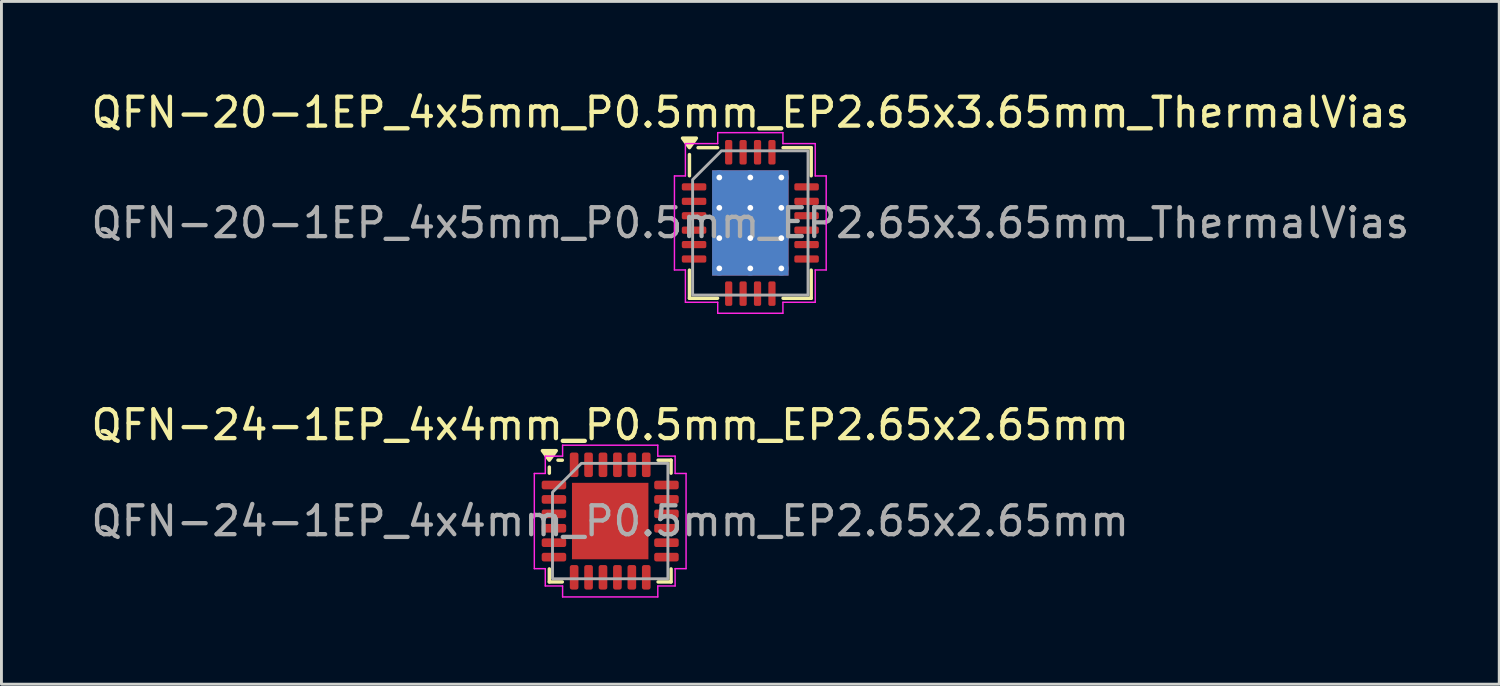
<source format=kicad_pcb>
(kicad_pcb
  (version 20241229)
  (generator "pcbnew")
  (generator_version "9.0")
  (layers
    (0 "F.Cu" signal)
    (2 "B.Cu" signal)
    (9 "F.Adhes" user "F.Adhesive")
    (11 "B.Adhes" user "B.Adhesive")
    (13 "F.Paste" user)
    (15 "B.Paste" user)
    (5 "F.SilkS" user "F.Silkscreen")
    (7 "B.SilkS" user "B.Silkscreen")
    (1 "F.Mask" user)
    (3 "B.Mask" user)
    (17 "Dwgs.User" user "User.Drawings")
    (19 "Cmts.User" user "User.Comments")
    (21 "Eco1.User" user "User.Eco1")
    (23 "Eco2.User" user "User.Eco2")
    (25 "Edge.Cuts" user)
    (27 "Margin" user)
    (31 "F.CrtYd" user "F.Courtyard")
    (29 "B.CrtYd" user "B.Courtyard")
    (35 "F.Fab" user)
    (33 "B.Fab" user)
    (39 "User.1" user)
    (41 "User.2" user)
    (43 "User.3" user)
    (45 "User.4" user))
  (footprint "QFN-24-1EP_4x4mm_P0.5mm_EP2.65x2.65mm"
    (layer "F.Cu")
    (at 18.101 15.011)
    (property "Reference" "QFN-24-1EP_4x4mm_P0.5mm_EP2.65x2.65mm" (at 0 -3.33 0) (layer "F.SilkS") (effects (font (size 1 1) (thickness 0.15))))
    (attr smd)
    (fp_line (start -2.11 -1.66) (end -2.11 -1.87) (stroke (width 0.12) (type solid)) (layer "F.SilkS"))
    (fp_line (start -2.11 2.11) (end -2.11 1.66) (stroke (width 0.12) (type solid)) (layer "F.SilkS"))
    (fp_line (start -1.66 -2.11) (end -1.81 -2.11) (stroke (width 0.12) (type solid)) (layer "F.SilkS"))
    (fp_line (start -1.66 2.11) (end -2.11 2.11) (stroke (width 0.12) (type solid)) (layer "F.SilkS"))
    (fp_line (start 1.66 -2.11) (end 2.11 -2.11) (stroke (width 0.12) (type solid)) (layer "F.SilkS"))
    (fp_line (start 1.66 2.11) (end 2.11 2.11) (stroke (width 0.12) (type solid)) (layer "F.SilkS"))
    (fp_line (start 2.11 -2.11) (end 2.11 -1.66) (stroke (width 0.12) (type solid)) (layer "F.SilkS"))
    (fp_line (start 2.11 2.11) (end 2.11 1.66) (stroke (width 0.12) (type solid)) (layer "F.SilkS"))
    (fp_poly (pts (xy -2.11 -2.11) (xy -2.35 -2.44) (xy -1.87 -2.44)) (stroke (width 0.12) (type solid)) (fill yes) (layer "F.SilkS"))
    (fp_line (start -2.63 -1.65) (end -2.25 -1.65) (stroke (width 0.05) (type solid)) (layer "F.CrtYd"))
    (fp_line (start -2.63 1.65) (end -2.63 -1.65) (stroke (width 0.05) (type solid)) (layer "F.CrtYd"))
    (fp_line (start -2.25 -2.25) (end -1.65 -2.25) (stroke (width 0.05) (type solid)) (layer "F.CrtYd"))
    (fp_line (start -2.25 -1.65) (end -2.25 -2.25) (stroke (width 0.05) (type solid)) (layer "F.CrtYd"))
    (fp_line (start -2.25 1.65) (end -2.63 1.65) (stroke (width 0.05) (type solid)) (layer "F.CrtYd"))
    (fp_line (start -2.25 2.25) (end -2.25 1.65) (stroke (width 0.05) (type solid)) (layer "F.CrtYd"))
    (fp_line (start -1.65 -2.63) (end 1.65 -2.63) (stroke (width 0.05) (type solid)) (layer "F.CrtYd"))
    (fp_line (start -1.65 -2.25) (end -1.65 -2.63) (stroke (width 0.05) (type solid)) (layer "F.CrtYd"))
    (fp_line (start -1.65 2.25) (end -2.25 2.25) (stroke (width 0.05) (type solid)) (layer "F.CrtYd"))
    (fp_line (start -1.65 2.63) (end -1.65 2.25) (stroke (width 0.05) (type solid)) (layer "F.CrtYd"))
    (fp_line (start 1.65 -2.63) (end 1.65 -2.25) (stroke (width 0.05) (type solid)) (layer "F.CrtYd"))
    (fp_line (start 1.65 -2.25) (end 2.25 -2.25) (stroke (width 0.05) (type solid)) (layer "F.CrtYd"))
    (fp_line (start 1.65 2.25) (end 1.65 2.63) (stroke (width 0.05) (type solid)) (layer "F.CrtYd"))
    (fp_line (start 1.65 2.63) (end -1.65 2.63) (stroke (width 0.05) (type solid)) (layer "F.CrtYd"))
    (fp_line (start 2.25 -2.25) (end 2.25 -1.65) (stroke (width 0.05) (type solid)) (layer "F.CrtYd"))
    (fp_line (start 2.25 -1.65) (end 2.63 -1.65) (stroke (width 0.05) (type solid)) (layer "F.CrtYd"))
    (fp_line (start 2.25 1.65) (end 2.25 2.25) (stroke (width 0.05) (type solid)) (layer "F.CrtYd"))
    (fp_line (start 2.25 2.25) (end 1.65 2.25) (stroke (width 0.05) (type solid)) (layer "F.CrtYd"))
    (fp_line (start 2.63 -1.65) (end 2.63 1.65) (stroke (width 0.05) (type solid)) (layer "F.CrtYd"))
    (fp_line (start 2.63 1.65) (end 2.25 1.65) (stroke (width 0.05) (type solid)) (layer "F.CrtYd"))
    (fp_poly (pts (xy -2 -1) (xy -2 2) (xy 2 2) (xy 2 -2) (xy -1 -2)) (stroke (width 0.1) (type solid)) (fill no) (layer "F.Fab"))
    (fp_text user "${REFERENCE}" (at 0 0 0) (layer "F.Fab") (effects (font (size 1 1) (thickness 0.15))))
    (pad "" smd roundrect (at -0.66 -0.66) (size 1.07 1.07) (layers "F.Paste") (roundrect_rratio 0.234))
    (pad "" smd roundrect (at -0.66 0.66) (size 1.07 1.07) (layers "F.Paste") (roundrect_rratio 0.234))
    (pad "" smd roundrect (at 0.66 -0.66) (size 1.07 1.07) (layers "F.Paste") (roundrect_rratio 0.234))
    (pad "" smd roundrect (at 0.66 0.66) (size 1.07 1.07) (layers "F.Paste") (roundrect_rratio 0.234))
    (pad "1" smd roundrect (at -1.95 -1.25) (size 0.85 0.3) (layers "F.Cu" "F.Mask" "F.Paste") (roundrect_rratio 0.25))
    (pad "2" smd roundrect (at -1.95 -0.75) (size 0.85 0.3) (layers "F.Cu" "F.Mask" "F.Paste") (roundrect_rratio 0.25))
    (pad "3" smd roundrect (at -1.95 -0.25) (size 0.85 0.3) (layers "F.Cu" "F.Mask" "F.Paste") (roundrect_rratio 0.25))
    (pad "4" smd roundrect (at -1.95 0.25) (size 0.85 0.3) (layers "F.Cu" "F.Mask" "F.Paste") (roundrect_rratio 0.25))
    (pad "5" smd roundrect (at -1.95 0.75) (size 0.85 0.3) (layers "F.Cu" "F.Mask" "F.Paste") (roundrect_rratio 0.25))
    (pad "6" smd roundrect (at -1.95 1.25) (size 0.85 0.3) (layers "F.Cu" "F.Mask" "F.Paste") (roundrect_rratio 0.25))
    (pad "7" smd roundrect (at -1.25 1.95) (size 0.3 0.85) (layers "F.Cu" "F.Mask" "F.Paste") (roundrect_rratio 0.25))
    (pad "8" smd roundrect (at -0.75 1.95) (size 0.3 0.85) (layers "F.Cu" "F.Mask" "F.Paste") (roundrect_rratio 0.25))
    (pad "9" smd roundrect (at -0.25 1.95) (size 0.3 0.85) (layers "F.Cu" "F.Mask" "F.Paste") (roundrect_rratio 0.25))
    (pad "10" smd roundrect (at 0.25 1.95) (size 0.3 0.85) (layers "F.Cu" "F.Mask" "F.Paste") (roundrect_rratio 0.25))
    (pad "11" smd roundrect (at 0.75 1.95) (size 0.3 0.85) (layers "F.Cu" "F.Mask" "F.Paste") (roundrect_rratio 0.25))
    (pad "12" smd roundrect (at 1.25 1.95) (size 0.3 0.85) (layers "F.Cu" "F.Mask" "F.Paste") (roundrect_rratio 0.25))
    (pad "13" smd roundrect (at 1.95 1.25) (size 0.85 0.3) (layers "F.Cu" "F.Mask" "F.Paste") (roundrect_rratio 0.25))
    (pad "14" smd roundrect (at 1.95 0.75) (size 0.85 0.3) (layers "F.Cu" "F.Mask" "F.Paste") (roundrect_rratio 0.25))
    (pad "15" smd roundrect (at 1.95 0.25) (size 0.85 0.3) (layers "F.Cu" "F.Mask" "F.Paste") (roundrect_rratio 0.25))
    (pad "16" smd roundrect (at 1.95 -0.25) (size 0.85 0.3) (layers "F.Cu" "F.Mask" "F.Paste") (roundrect_rratio 0.25))
    (pad "17" smd roundrect (at 1.95 -0.75) (size 0.85 0.3) (layers "F.Cu" "F.Mask" "F.Paste") (roundrect_rratio 0.25))
    (pad "18" smd roundrect (at 1.95 -1.25) (size 0.85 0.3) (layers "F.Cu" "F.Mask" "F.Paste") (roundrect_rratio 0.25))
    (pad "19" smd roundrect (at 1.25 -1.95) (size 0.3 0.85) (layers "F.Cu" "F.Mask" "F.Paste") (roundrect_rratio 0.25))
    (pad "20" smd roundrect (at 0.75 -1.95) (size 0.3 0.85) (layers "F.Cu" "F.Mask" "F.Paste") (roundrect_rratio 0.25))
    (pad "21" smd roundrect (at 0.25 -1.95) (size 0.3 0.85) (layers "F.Cu" "F.Mask" "F.Paste") (roundrect_rratio 0.25))
    (pad "22" smd roundrect (at -0.25 -1.95) (size 0.3 0.85) (layers "F.Cu" "F.Mask" "F.Paste") (roundrect_rratio 0.25))
    (pad "23" smd roundrect (at -0.75 -1.95) (size 0.3 0.85) (layers "F.Cu" "F.Mask" "F.Paste") (roundrect_rratio 0.25))
    (pad "24" smd roundrect (at -1.25 -1.95) (size 0.3 0.85) (layers "F.Cu" "F.Mask" "F.Paste") (roundrect_rratio 0.25))
    (pad "25" smd rect (at 0 0) (size 2.65 2.65) (property pad_prop_heatsink) (layers "F.Cu" "F.Mask")))
  (footprint "QFN-20-1EP_4x5mm_P0.5mm_EP2.65x3.65mm_ThermalVias"
    (layer "F.Cu")
    (at 22.958 4.678)
    (property "Reference" "QFN-20-1EP_4x5mm_P0.5mm_EP2.65x3.65mm_ThermalVias" (at 0 -3.83 0) (layer "F.SilkS") (effects (font (size 1 1) (thickness 0.15))))
    (attr smd)
    (fp_line (start -2.11 -1.635) (end -2.11 -2.37) (stroke (width 0.12) (type solid)) (layer "F.SilkS"))
    (fp_line (start -2.11 2.61) (end -2.11 1.635) (stroke (width 0.12) (type solid)) (layer "F.SilkS"))
    (fp_line (start -1.135 -2.61) (end -1.81 -2.61) (stroke (width 0.12) (type solid)) (layer "F.SilkS"))
    (fp_line (start -1.135 2.61) (end -2.11 2.61) (stroke (width 0.12) (type solid)) (layer "F.SilkS"))
    (fp_line (start 1.135 -2.61) (end 2.11 -2.61) (stroke (width 0.12) (type solid)) (layer "F.SilkS"))
    (fp_line (start 1.135 2.61) (end 2.11 2.61) (stroke (width 0.12) (type solid)) (layer "F.SilkS"))
    (fp_line (start 2.11 -2.61) (end 2.11 -1.635) (stroke (width 0.12) (type solid)) (layer "F.SilkS"))
    (fp_line (start 2.11 2.61) (end 2.11 1.635) (stroke (width 0.12) (type solid)) (layer "F.SilkS"))
    (fp_poly (pts (xy -2.11 -2.61) (xy -2.35 -2.94) (xy -1.87 -2.94)) (stroke (width 0.12) (type solid)) (fill yes) (layer "F.SilkS"))
    (fp_line (start -2.63 -1.63) (end -2.25 -1.63) (stroke (width 0.05) (type solid)) (layer "F.CrtYd"))
    (fp_line (start -2.63 1.63) (end -2.63 -1.63) (stroke (width 0.05) (type solid)) (layer "F.CrtYd"))
    (fp_line (start -2.25 -2.75) (end -1.13 -2.75) (stroke (width 0.05) (type solid)) (layer "F.CrtYd"))
    (fp_line (start -2.25 -1.63) (end -2.25 -2.75) (stroke (width 0.05) (type solid)) (layer "F.CrtYd"))
    (fp_line (start -2.25 1.63) (end -2.63 1.63) (stroke (width 0.05) (type solid)) (layer "F.CrtYd"))
    (fp_line (start -2.25 2.75) (end -2.25 1.63) (stroke (width 0.05) (type solid)) (layer "F.CrtYd"))
    (fp_line (start -1.13 -3.13) (end 1.13 -3.13) (stroke (width 0.05) (type solid)) (layer "F.CrtYd"))
    (fp_line (start -1.13 -2.75) (end -1.13 -3.13) (stroke (width 0.05) (type solid)) (layer "F.CrtYd"))
    (fp_line (start -1.13 2.75) (end -2.25 2.75) (stroke (width 0.05) (type solid)) (layer "F.CrtYd"))
    (fp_line (start -1.13 3.13) (end -1.13 2.75) (stroke (width 0.05) (type solid)) (layer "F.CrtYd"))
    (fp_line (start 1.13 -3.13) (end 1.13 -2.75) (stroke (width 0.05) (type solid)) (layer "F.CrtYd"))
    (fp_line (start 1.13 -2.75) (end 2.25 -2.75) (stroke (width 0.05) (type solid)) (layer "F.CrtYd"))
    (fp_line (start 1.13 2.75) (end 1.13 3.13) (stroke (width 0.05) (type solid)) (layer "F.CrtYd"))
    (fp_line (start 1.13 3.13) (end -1.13 3.13) (stroke (width 0.05) (type solid)) (layer "F.CrtYd"))
    (fp_line (start 2.25 -2.75) (end 2.25 -1.63) (stroke (width 0.05) (type solid)) (layer "F.CrtYd"))
    (fp_line (start 2.25 -1.63) (end 2.63 -1.63) (stroke (width 0.05) (type solid)) (layer "F.CrtYd"))
    (fp_line (start 2.25 1.63) (end 2.25 2.75) (stroke (width 0.05) (type solid)) (layer "F.CrtYd"))
    (fp_line (start 2.25 2.75) (end 1.13 2.75) (stroke (width 0.05) (type solid)) (layer "F.CrtYd"))
    (fp_line (start 2.63 -1.63) (end 2.63 1.63) (stroke (width 0.05) (type solid)) (layer "F.CrtYd"))
    (fp_line (start 2.63 1.63) (end 2.25 1.63) (stroke (width 0.05) (type solid)) (layer "F.CrtYd"))
    (fp_poly (pts (xy -2 -1.5) (xy -2 2.5) (xy 2 2.5) (xy 2 -2.5) (xy -1 -2.5)) (stroke (width 0.1) (type solid)) (fill no) (layer "F.Fab"))
    (fp_text user "${REFERENCE}" (at 0 0 0) (layer "F.Fab") (effects (font (size 1 1) (thickness 0.15))))
    (pad "" smd roundrect (at -0.66 -1.22) (size 0.98 0.9) (layers "F.Paste") (roundrect_rratio 0.25))
    (pad "" smd roundrect (at -0.66 0) (size 0.98 0.9) (layers "F.Paste") (roundrect_rratio 0.25))
    (pad "" smd roundrect (at -0.66 1.22) (size 0.98 0.9) (layers "F.Paste") (roundrect_rratio 0.25))
    (pad "" smd roundrect (at 0.66 -1.22) (size 0.98 0.9) (layers "F.Paste") (roundrect_rratio 0.25))
    (pad "" smd roundrect (at 0.66 0) (size 0.98 0.9) (layers "F.Paste") (roundrect_rratio 0.25))
    (pad "" smd roundrect (at 0.66 1.22) (size 0.98 0.9) (layers "F.Paste") (roundrect_rratio 0.25))
    (pad "1" smd roundrect (at -1.95 -1.25) (size 0.85 0.25) (layers "F.Cu" "F.Mask" "F.Paste") (roundrect_rratio 0.25))
    (pad "2" smd roundrect (at -1.95 -0.75) (size 0.85 0.25) (layers "F.Cu" "F.Mask" "F.Paste") (roundrect_rratio 0.25))
    (pad "3" smd roundrect (at -1.95 -0.25) (size 0.85 0.25) (layers "F.Cu" "F.Mask" "F.Paste") (roundrect_rratio 0.25))
    (pad "4" smd roundrect (at -1.95 0.25) (size 0.85 0.25) (layers "F.Cu" "F.Mask" "F.Paste") (roundrect_rratio 0.25))
    (pad "5" smd roundrect (at -1.95 0.75) (size 0.85 0.25) (layers "F.Cu" "F.Mask" "F.Paste") (roundrect_rratio 0.25))
    (pad "6" smd roundrect (at -1.95 1.25) (size 0.85 0.25) (layers "F.Cu" "F.Mask" "F.Paste") (roundrect_rratio 0.25))
    (pad "7" smd roundrect (at -0.75 2.45) (size 0.25 0.85) (layers "F.Cu" "F.Mask" "F.Paste") (roundrect_rratio 0.25))
    (pad "8" smd roundrect (at -0.25 2.45) (size 0.25 0.85) (layers "F.Cu" "F.Mask" "F.Paste") (roundrect_rratio 0.25))
    (pad "9" smd roundrect (at 0.25 2.45) (size 0.25 0.85) (layers "F.Cu" "F.Mask" "F.Paste") (roundrect_rratio 0.25))
    (pad "10" smd roundrect (at 0.75 2.45) (size 0.25 0.85) (layers "F.Cu" "F.Mask" "F.Paste") (roundrect_rratio 0.25))
    (pad "11" smd roundrect (at 1.95 1.25) (size 0.85 0.25) (layers "F.Cu" "F.Mask" "F.Paste") (roundrect_rratio 0.25))
    (pad "12" smd roundrect (at 1.95 0.75) (size 0.85 0.25) (layers "F.Cu" "F.Mask" "F.Paste") (roundrect_rratio 0.25))
    (pad "13" smd roundrect (at 1.95 0.25) (size 0.85 0.25) (layers "F.Cu" "F.Mask" "F.Paste") (roundrect_rratio 0.25))
    (pad "14" smd roundrect (at 1.95 -0.25) (size 0.85 0.25) (layers "F.Cu" "F.Mask" "F.Paste") (roundrect_rratio 0.25))
    (pad "15" smd roundrect (at 1.95 -0.75) (size 0.85 0.25) (layers "F.Cu" "F.Mask" "F.Paste") (roundrect_rratio 0.25))
    (pad "16" smd roundrect (at 1.95 -1.25) (size 0.85 0.25) (layers "F.Cu" "F.Mask" "F.Paste") (roundrect_rratio 0.25))
    (pad "17" smd roundrect (at 0.75 -2.45) (size 0.25 0.85) (layers "F.Cu" "F.Mask" "F.Paste") (roundrect_rratio 0.25))
    (pad "18" smd roundrect (at 0.25 -2.45) (size 0.25 0.85) (layers "F.Cu" "F.Mask" "F.Paste") (roundrect_rratio 0.25))
    (pad "19" smd roundrect (at -0.25 -2.45) (size 0.25 0.85) (layers "F.Cu" "F.Mask" "F.Paste") (roundrect_rratio 0.25))
    (pad "20" smd roundrect (at -0.75 -2.45) (size 0.25 0.85) (layers "F.Cu" "F.Mask" "F.Paste") (roundrect_rratio 0.25))
    (pad "21" thru_hole circle (at -1.075 -1.575) (size 0.5 0.5) (drill 0.2) (property pad_prop_heatsink) (layers "*.Cu"))
    (pad "21" thru_hole circle (at -1.075 -0.525) (size 0.5 0.5) (drill 0.2) (property pad_prop_heatsink) (layers "*.Cu"))
    (pad "21" thru_hole circle (at -1.075 0.525) (size 0.5 0.5) (drill 0.2) (property pad_prop_heatsink) (layers "*.Cu"))
    (pad "21" thru_hole circle (at -1.075 1.575) (size 0.5 0.5) (drill 0.2) (property pad_prop_heatsink) (layers "*.Cu"))
    (pad "21" thru_hole circle (at 0 -1.575) (size 0.5 0.5) (drill 0.2) (property pad_prop_heatsink) (layers "*.Cu"))
    (pad "21" thru_hole circle (at 0 -0.525) (size 0.5 0.5) (drill 0.2) (property pad_prop_heatsink) (layers "*.Cu"))
    (pad "21" smd rect (at 0 0) (size 2.65 3.65) (property pad_prop_heatsink) (layers "F.Cu" "F.Mask"))
    (pad "21" smd rect (at 0 0) (size 2.65 3.65) (property pad_prop_heatsink) (layers "B.Cu"))
    (pad "21" thru_hole circle (at 0 0.525) (size 0.5 0.5) (drill 0.2) (property pad_prop_heatsink) (layers "*.Cu"))
    (pad "21" thru_hole circle (at 0 1.575) (size 0.5 0.5) (drill 0.2) (property pad_prop_heatsink) (layers "*.Cu"))
    (pad "21" thru_hole circle (at 1.075 -1.575) (size 0.5 0.5) (drill 0.2) (property pad_prop_heatsink) (layers "*.Cu"))
    (pad "21" thru_hole circle (at 1.075 -0.525) (size 0.5 0.5) (drill 0.2) (property pad_prop_heatsink) (layers "*.Cu"))
    (pad "21" thru_hole circle (at 1.075 0.525) (size 0.5 0.5) (drill 0.2) (property pad_prop_heatsink) (layers "*.Cu"))
    (pad "21" thru_hole circle (at 1.075 1.575) (size 0.5 0.5) (drill 0.2) (property pad_prop_heatsink) (layers "*.Cu")))
  (gr_rect
    (start -3 -3)
    (end 48.917 20.666)
    (stroke (width 0.1) (type default))
    (fill no)
    (layer "Edge.Cuts")))
</source>
